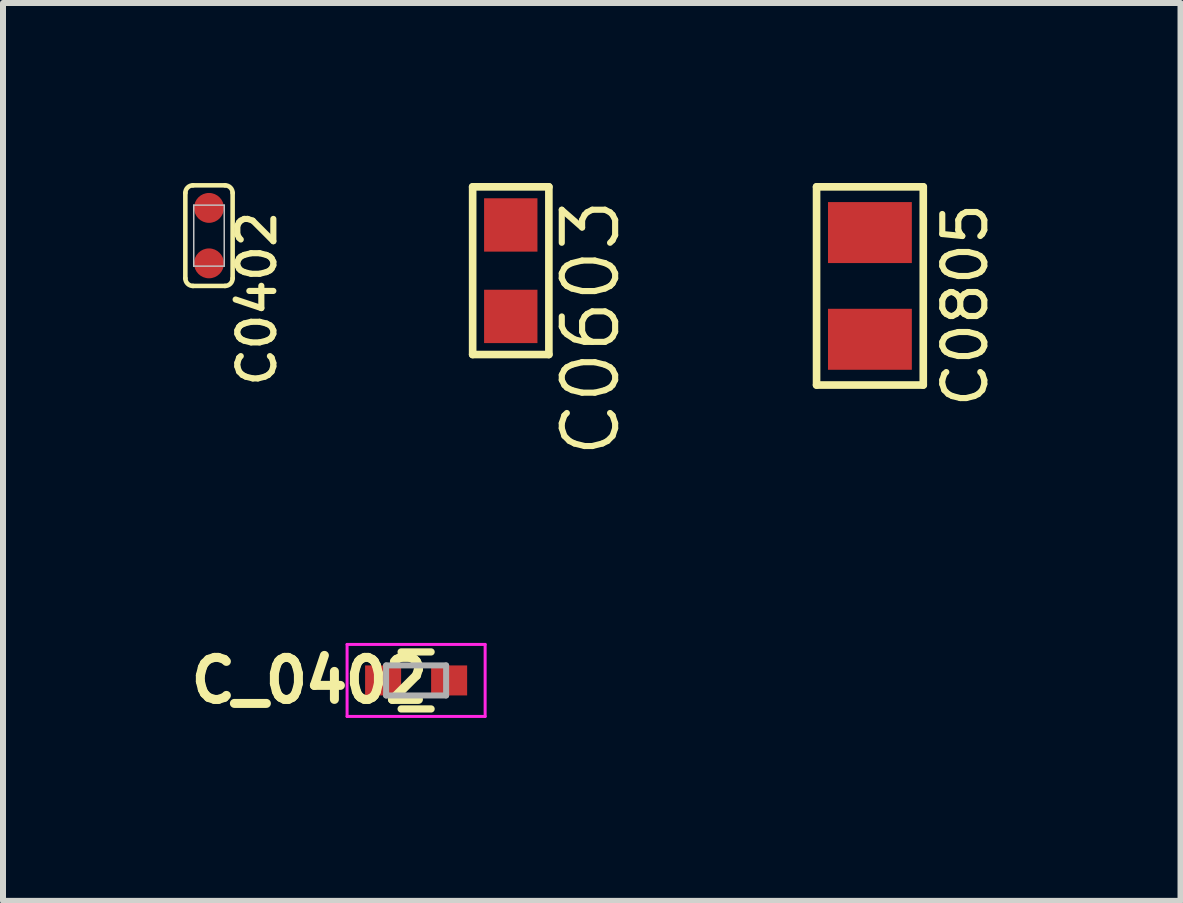
<source format=kicad_pcb>
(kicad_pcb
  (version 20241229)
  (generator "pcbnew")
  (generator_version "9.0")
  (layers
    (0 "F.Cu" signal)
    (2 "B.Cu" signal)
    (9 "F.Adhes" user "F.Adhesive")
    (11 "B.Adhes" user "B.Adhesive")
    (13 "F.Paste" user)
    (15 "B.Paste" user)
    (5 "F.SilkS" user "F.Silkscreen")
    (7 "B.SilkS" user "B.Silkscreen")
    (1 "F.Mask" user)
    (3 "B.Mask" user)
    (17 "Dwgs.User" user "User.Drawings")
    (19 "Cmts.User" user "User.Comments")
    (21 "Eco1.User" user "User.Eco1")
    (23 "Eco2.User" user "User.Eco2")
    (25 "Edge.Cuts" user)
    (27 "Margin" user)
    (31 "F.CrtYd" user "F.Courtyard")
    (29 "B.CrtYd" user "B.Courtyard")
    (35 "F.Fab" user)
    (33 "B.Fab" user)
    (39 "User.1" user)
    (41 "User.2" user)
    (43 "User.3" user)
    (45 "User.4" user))
  (footprint "C0603"
    (layer "F.Cu")
    (at 5.46 1.46)
    (property "Reference" "C0603" (at 1.333 0.953 270) (layer "F.SilkS") (effects (font (size 0.889 0.889) (thickness 0.102))))
    (attr smd)
    (fp_line (start -0.635 -1.397) (end 0.635 -1.397) (stroke (width 0.127) (type solid)) (layer "F.SilkS"))
    (fp_line (start -0.635 1.397) (end -0.635 -1.397) (stroke (width 0.127) (type solid)) (layer "F.SilkS"))
    (fp_line (start 0.635 -1.397) (end 0.635 1.397) (stroke (width 0.127) (type solid)) (layer "F.SilkS"))
    (fp_line (start 0.635 1.397) (end -0.635 1.397) (stroke (width 0.127) (type solid)) (layer "F.SilkS"))
    (pad "1" smd rect (at 0 -0.762 270) (size 0.889 0.889) (layers "F.Cu" "F.Mask" "F.Paste"))
    (pad "2" smd rect (at 0 0.762 270) (size 0.889 0.889) (layers "F.Cu" "F.Mask" "F.Paste")))
  (footprint "C_0402"
    (layer "F.Cu")
    (at 3.883 8.287)
    (property "Reference" "C_0402" (at -1.778 0 0) (layer "F.SilkS") (effects (font (size 0.7 0.7) (thickness 0.15))))
    (attr smd)
    (fp_line (start -0.25 0.475) (end 0.25 0.475) (stroke (width 0.12) (type solid)) (layer "F.SilkS"))
    (fp_line (start 0.25 -0.475) (end -0.25 -0.475) (stroke (width 0.12) (type solid)) (layer "F.SilkS"))
    (fp_line (start -1.15 -0.6) (end -1.15 0.6) (stroke (width 0.05) (type solid)) (layer "F.CrtYd"))
    (fp_line (start -1.15 -0.6) (end 1.15 -0.6) (stroke (width 0.05) (type solid)) (layer "F.CrtYd"))
    (fp_line (start -1.15 0.6) (end 1.15 0.6) (stroke (width 0.05) (type solid)) (layer "F.CrtYd"))
    (fp_line (start 1.15 -0.6) (end 1.15 0.6) (stroke (width 0.05) (type solid)) (layer "F.CrtYd"))
    (fp_line (start -0.5 -0.25) (end 0.5 -0.25) (stroke (width 0.1) (type solid)) (layer "F.Fab"))
    (fp_line (start -0.5 0.25) (end -0.5 -0.25) (stroke (width 0.1) (type solid)) (layer "F.Fab"))
    (fp_line (start 0.5 -0.25) (end 0.5 0.25) (stroke (width 0.1) (type solid)) (layer "F.Fab"))
    (fp_line (start 0.5 0.25) (end -0.5 0.25) (stroke (width 0.1) (type solid)) (layer "F.Fab"))
    (pad "1" smd rect (at -0.55 0) (size 0.6 0.5) (layers "F.Cu" "F.Mask" "F.Paste"))
    (pad "2" smd rect (at 0.55 0) (size 0.6 0.5) (layers "F.Cu" "F.Mask" "F.Paste")))
  (footprint "C0402"
    (layer "F.Cu")
    (at 0.432 0.876)
    (property "Reference" "C0402" (at 0.8 1.05 270) (layer "F.SilkS") (effects (font (size 0.6 0.6) (thickness 0.102))))
    (attr smd)
    (fp_line (start -0.394 0.711) (end -0.394 -0.711) (stroke (width 0.076) (type solid)) (layer "F.SilkS"))
    (fp_line (start -0.267 -0.838) (end 0.267 -0.838) (stroke (width 0.076) (type solid)) (layer "F.SilkS"))
    (fp_line (start 0.267 0.838) (end -0.267 0.838) (stroke (width 0.076) (type solid)) (layer "F.SilkS"))
    (fp_line (start 0.394 -0.711) (end 0.394 0.711) (stroke (width 0.076) (type solid)) (layer "F.SilkS"))
    (fp_arc (start -0.3937 -0.7112) (mid -0.356503 -0.801003) (end -0.2667 -0.8382) (stroke (width 0.0762) (type solid)) (layer "F.SilkS"))
    (fp_arc (start -0.2667 0.8382) (mid -0.356503 0.801003) (end -0.3937 0.7112) (stroke (width 0.0762) (type solid)) (layer "F.SilkS"))
    (fp_arc (start 0.2667 -0.8382) (mid 0.356503 -0.801003) (end 0.3937 -0.7112) (stroke (width 0.0762) (type solid)) (layer "F.SilkS"))
    (fp_arc (start 0.3937 0.7112) (mid 0.356503 0.801003) (end 0.2667 0.8382) (stroke (width 0.0762) (type solid)) (layer "F.SilkS"))
    (fp_line (start -0.254 -0.508) (end 0.254 -0.508) (stroke (width 0.025) (type solid)) (layer "Dwgs.User"))
    (fp_line (start -0.254 0.508) (end -0.254 -0.508) (stroke (width 0.025) (type solid)) (layer "Dwgs.User"))
    (fp_line (start 0.254 -0.508) (end 0.254 0.508) (stroke (width 0.025) (type solid)) (layer "Dwgs.User"))
    (fp_line (start 0.254 0.508) (end -0.254 0.508) (stroke (width 0.025) (type solid)) (layer "Dwgs.User"))
    (pad "1" smd circle (at 0 -0.462 270) (size 0.498 0.498) (layers "F.Cu" "F.Mask" "F.Paste"))
    (pad "2" smd circle (at 0 0.462 270) (size 0.498 0.498) (layers "F.Cu" "F.Mask" "F.Paste")))
  (footprint "C0805"
    (layer "F.Cu")
    (at 11.444 1.714)
    (property "Reference" "C0805" (at 1.587 0.318 90) (layer "F.SilkS") (effects (font (size 0.7 0.7) (thickness 0.102))))
    (attr smd)
    (fp_line (start -0.889 -1.651) (end 0.889 -1.651) (stroke (width 0.127) (type solid)) (layer "F.SilkS"))
    (fp_line (start -0.889 1.651) (end -0.889 -1.651) (stroke (width 0.127) (type solid)) (layer "F.SilkS"))
    (fp_line (start 0.889 -1.651) (end 0.889 1.651) (stroke (width 0.127) (type solid)) (layer "F.SilkS"))
    (fp_line (start 0.889 1.651) (end -0.889 1.651) (stroke (width 0.127) (type solid)) (layer "F.SilkS"))
    (pad "1" smd rect (at 0 -0.889 270) (size 1.016 1.397) (layers "F.Cu" "F.Mask" "F.Paste"))
    (pad "2" smd rect (at 0 0.889 270) (size 1.016 1.397) (layers "F.Cu" "F.Mask" "F.Paste")))
  (gr_rect
    (start -3 -3)
    (end 16.619 11.96)
    (stroke (width 0.1) (type default))
    (fill no)
    (layer "Edge.Cuts")))
</source>
